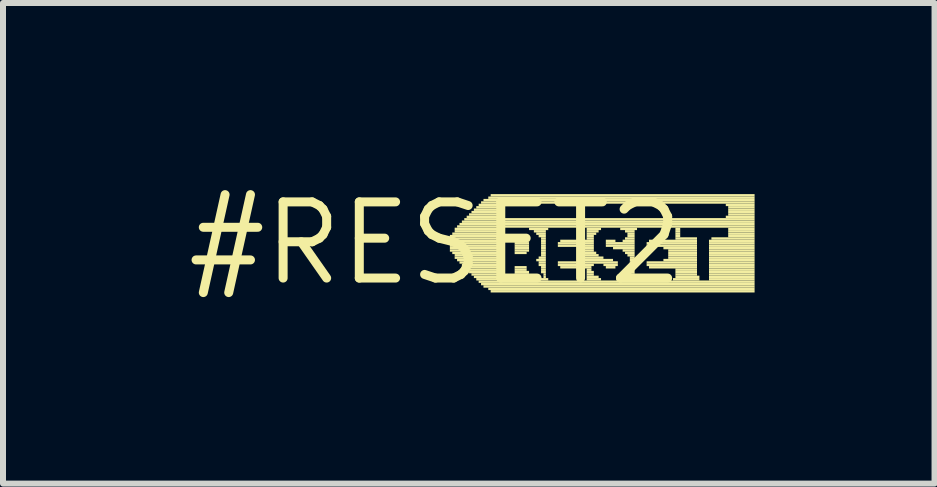
<source format=kicad_pcb>
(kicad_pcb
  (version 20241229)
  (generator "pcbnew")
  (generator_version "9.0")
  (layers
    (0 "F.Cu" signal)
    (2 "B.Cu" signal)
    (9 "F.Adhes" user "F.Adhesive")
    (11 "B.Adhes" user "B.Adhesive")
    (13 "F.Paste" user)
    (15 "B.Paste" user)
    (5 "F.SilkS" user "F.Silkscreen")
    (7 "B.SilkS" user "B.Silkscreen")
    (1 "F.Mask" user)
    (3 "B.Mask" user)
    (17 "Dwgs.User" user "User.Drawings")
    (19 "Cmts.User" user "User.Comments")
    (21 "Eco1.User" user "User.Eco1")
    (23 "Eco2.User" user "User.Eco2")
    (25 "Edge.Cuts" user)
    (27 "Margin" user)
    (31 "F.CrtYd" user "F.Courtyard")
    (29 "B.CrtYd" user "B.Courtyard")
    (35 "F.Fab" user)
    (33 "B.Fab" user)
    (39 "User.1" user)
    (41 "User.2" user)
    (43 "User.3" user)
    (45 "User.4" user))
  (footprint "#RESET2"
    (layer "F.Cu")
    (at 4.21 1.006)
    (property "Reference" "#RESET2" (at 0 0 0) (layer "F.SilkS") (effects (font (size 1.27 1.27) (thickness 0.15))))
    (fp_poly (pts (xy 0.24 -0.1) (xy 1.12 -0.1) (xy 1.12 -0.14) (xy 0.24 -0.14)) (stroke (width 0) (type solid)) (fill yes) (layer "F.SilkS"))
    (fp_poly (pts (xy 0.24 -0.06) (xy 1.12 -0.06) (xy 1.12 -0.1) (xy 0.24 -0.1)) (stroke (width 0) (type solid)) (fill yes) (layer "F.SilkS"))
    (fp_poly (pts (xy 0.24 -0.02) (xy 1.12 -0.02) (xy 1.12 -0.06) (xy 0.24 -0.06)) (stroke (width 0) (type solid)) (fill yes) (layer "F.SilkS"))
    (fp_poly (pts (xy 0.24 0.02) (xy 1.12 0.02) (xy 1.12 -0.02) (xy 0.24 -0.02)) (stroke (width 0) (type solid)) (fill yes) (layer "F.SilkS"))
    (fp_poly (pts (xy 0.24 0.06) (xy 1.12 0.06) (xy 1.12 0.02) (xy 0.24 0.02)) (stroke (width 0) (type solid)) (fill yes) (layer "F.SilkS"))
    (fp_poly (pts (xy 0.24 0.1) (xy 1.12 0.1) (xy 1.12 0.06) (xy 0.24 0.06)) (stroke (width 0) (type solid)) (fill yes) (layer "F.SilkS"))
    (fp_poly (pts (xy 0.24 0.14) (xy 1.12 0.14) (xy 1.12 0.1) (xy 0.24 0.1)) (stroke (width 0) (type solid)) (fill yes) (layer "F.SilkS"))
    (fp_poly (pts (xy 0.28 -0.14) (xy 1.12 -0.14) (xy 1.12 -0.18) (xy 0.28 -0.18)) (stroke (width 0) (type solid)) (fill yes) (layer "F.SilkS"))
    (fp_poly (pts (xy 0.28 0.18) (xy 1.12 0.18) (xy 1.12 0.14) (xy 0.28 0.14)) (stroke (width 0) (type solid)) (fill yes) (layer "F.SilkS"))
    (fp_poly (pts (xy 0.32 -0.22) (xy 1.12 -0.22) (xy 1.12 -0.26) (xy 0.32 -0.26)) (stroke (width 0) (type solid)) (fill yes) (layer "F.SilkS"))
    (fp_poly (pts (xy 0.32 -0.18) (xy 1.12 -0.18) (xy 1.12 -0.22) (xy 0.32 -0.22)) (stroke (width 0) (type solid)) (fill yes) (layer "F.SilkS"))
    (fp_poly (pts (xy 0.32 0.22) (xy 1.12 0.22) (xy 1.12 0.18) (xy 0.32 0.18)) (stroke (width 0) (type solid)) (fill yes) (layer "F.SilkS"))
    (fp_poly (pts (xy 0.32 0.26) (xy 1.12 0.26) (xy 1.12 0.22) (xy 0.32 0.22)) (stroke (width 0) (type solid)) (fill yes) (layer "F.SilkS"))
    (fp_poly (pts (xy 0.36 -0.26) (xy 5.32 -0.26) (xy 5.32 -0.3) (xy 0.36 -0.3)) (stroke (width 0) (type solid)) (fill yes) (layer "F.SilkS"))
    (fp_poly (pts (xy 0.36 0.3) (xy 1.12 0.3) (xy 1.12 0.26) (xy 0.36 0.26)) (stroke (width 0) (type solid)) (fill yes) (layer "F.SilkS"))
    (fp_poly (pts (xy 0.4 -0.3) (xy 5.32 -0.3) (xy 5.32 -0.34) (xy 0.4 -0.34)) (stroke (width 0) (type solid)) (fill yes) (layer "F.SilkS"))
    (fp_poly (pts (xy 0.4 0.34) (xy 1.12 0.34) (xy 1.12 0.3) (xy 0.4 0.3)) (stroke (width 0) (type solid)) (fill yes) (layer "F.SilkS"))
    (fp_poly (pts (xy 0.44 -0.34) (xy 5.32 -0.34) (xy 5.32 -0.38) (xy 0.44 -0.38)) (stroke (width 0) (type solid)) (fill yes) (layer "F.SilkS"))
    (fp_poly (pts (xy 0.44 0.38) (xy 1.12 0.38) (xy 1.12 0.34) (xy 0.44 0.34)) (stroke (width 0) (type solid)) (fill yes) (layer "F.SilkS"))
    (fp_poly (pts (xy 0.48 -0.38) (xy 5.32 -0.38) (xy 5.32 -0.42) (xy 0.48 -0.42)) (stroke (width 0) (type solid)) (fill yes) (layer "F.SilkS"))
    (fp_poly (pts (xy 0.48 0.42) (xy 1.12 0.42) (xy 1.12 0.38) (xy 0.48 0.38)) (stroke (width 0) (type solid)) (fill yes) (layer "F.SilkS"))
    (fp_poly (pts (xy 0.52 -0.42) (xy 1.08 -0.42) (xy 1.08 -0.46) (xy 0.52 -0.46)) (stroke (width 0) (type solid)) (fill yes) (layer "F.SilkS"))
    (fp_poly (pts (xy 0.52 0.46) (xy 1.12 0.46) (xy 1.12 0.42) (xy 0.52 0.42)) (stroke (width 0) (type solid)) (fill yes) (layer "F.SilkS"))
    (fp_poly (pts (xy 0.56 -0.46) (xy 1.04 -0.46) (xy 1.04 -0.5) (xy 0.56 -0.5)) (stroke (width 0) (type solid)) (fill yes) (layer "F.SilkS"))
    (fp_poly (pts (xy 0.56 0.5) (xy 1.12 0.5) (xy 1.12 0.46) (xy 0.56 0.46)) (stroke (width 0) (type solid)) (fill yes) (layer "F.SilkS"))
    (fp_poly (pts (xy 0.6 -0.5) (xy 1.04 -0.5) (xy 1.04 -0.54) (xy 0.6 -0.54)) (stroke (width 0) (type solid)) (fill yes) (layer "F.SilkS"))
    (fp_poly (pts (xy 0.6 0.54) (xy 1.12 0.54) (xy 1.12 0.5) (xy 0.6 0.5)) (stroke (width 0) (type solid)) (fill yes) (layer "F.SilkS"))
    (fp_poly (pts (xy 0.64 -0.54) (xy 1.04 -0.54) (xy 1.04 -0.58) (xy 0.64 -0.58)) (stroke (width 0) (type solid)) (fill yes) (layer "F.SilkS"))
    (fp_poly (pts (xy 0.64 0.58) (xy 1.12 0.58) (xy 1.12 0.54) (xy 0.64 0.54)) (stroke (width 0) (type solid)) (fill yes) (layer "F.SilkS"))
    (fp_poly (pts (xy 0.68 -0.58) (xy 1.04 -0.58) (xy 1.04 -0.62) (xy 0.68 -0.62)) (stroke (width 0) (type solid)) (fill yes) (layer "F.SilkS"))
    (fp_poly (pts (xy 0.68 0.62) (xy 1.12 0.62) (xy 1.12 0.58) (xy 0.68 0.58)) (stroke (width 0) (type solid)) (fill yes) (layer "F.SilkS"))
    (fp_poly (pts (xy 0.72 -0.62) (xy 1.08 -0.62) (xy 1.08 -0.66) (xy 0.72 -0.66)) (stroke (width 0) (type solid)) (fill yes) (layer "F.SilkS"))
    (fp_poly (pts (xy 0.72 0.66) (xy 5.32 0.66) (xy 5.32 0.62) (xy 0.72 0.62)) (stroke (width 0) (type solid)) (fill yes) (layer "F.SilkS"))
    (fp_poly (pts (xy 0.76 -0.66) (xy 5.32 -0.66) (xy 5.32 -0.7) (xy 0.76 -0.7)) (stroke (width 0) (type solid)) (fill yes) (layer "F.SilkS"))
    (fp_poly (pts (xy 0.76 0.7) (xy 5.32 0.7) (xy 5.32 0.66) (xy 0.76 0.66)) (stroke (width 0) (type solid)) (fill yes) (layer "F.SilkS"))
    (fp_poly (pts (xy 0.8 -0.7) (xy 5.32 -0.7) (xy 5.32 -0.74) (xy 0.8 -0.74)) (stroke (width 0) (type solid)) (fill yes) (layer "F.SilkS"))
    (fp_poly (pts (xy 0.8 0.74) (xy 5.32 0.74) (xy 5.32 0.7) (xy 0.8 0.7)) (stroke (width 0) (type solid)) (fill yes) (layer "F.SilkS"))
    (fp_poly (pts (xy 0.88 -0.74) (xy 5.32 -0.74) (xy 5.32 -0.78) (xy 0.88 -0.78)) (stroke (width 0) (type solid)) (fill yes) (layer "F.SilkS"))
    (fp_poly (pts (xy 0.88 0.78) (xy 5.32 0.78) (xy 5.32 0.74) (xy 0.88 0.74)) (stroke (width 0) (type solid)) (fill yes) (layer "F.SilkS"))
    (fp_poly (pts (xy 0.92 -0.78) (xy 5.32 -0.78) (xy 5.32 -0.82) (xy 0.92 -0.82)) (stroke (width 0) (type solid)) (fill yes) (layer "F.SilkS"))
    (fp_poly (pts (xy 0.92 0.82) (xy 5.32 0.82) (xy 5.32 0.78) (xy 0.92 0.78)) (stroke (width 0) (type solid)) (fill yes) (layer "F.SilkS"))
    (fp_poly (pts (xy 1.28 0.62) (xy 1.6 0.62) (xy 1.6 0.58) (xy 1.28 0.58)) (stroke (width 0) (type solid)) (fill yes) (layer "F.SilkS"))
    (fp_poly (pts (xy 1.32 -0.02) (xy 1.52 -0.02) (xy 1.52 -0.06) (xy 1.32 -0.06)) (stroke (width 0) (type solid)) (fill yes) (layer "F.SilkS"))
    (fp_poly (pts (xy 1.32 0.02) (xy 1.56 0.02) (xy 1.56 -0.02) (xy 1.32 -0.02)) (stroke (width 0) (type solid)) (fill yes) (layer "F.SilkS"))
    (fp_poly (pts (xy 1.32 0.06) (xy 1.56 0.06) (xy 1.56 0.02) (xy 1.32 0.02)) (stroke (width 0) (type solid)) (fill yes) (layer "F.SilkS"))
    (fp_poly (pts (xy 1.32 0.1) (xy 1.56 0.1) (xy 1.56 0.06) (xy 1.32 0.06)) (stroke (width 0) (type solid)) (fill yes) (layer "F.SilkS"))
    (fp_poly (pts (xy 1.32 0.14) (xy 1.56 0.14) (xy 1.56 0.1) (xy 1.32 0.1)) (stroke (width 0) (type solid)) (fill yes) (layer "F.SilkS"))
    (fp_poly (pts (xy 1.32 0.18) (xy 1.52 0.18) (xy 1.52 0.14) (xy 1.32 0.14)) (stroke (width 0) (type solid)) (fill yes) (layer "F.SilkS"))
    (fp_poly (pts (xy 1.32 0.42) (xy 1.52 0.42) (xy 1.52 0.38) (xy 1.32 0.38)) (stroke (width 0) (type solid)) (fill yes) (layer "F.SilkS"))
    (fp_poly (pts (xy 1.32 0.46) (xy 1.52 0.46) (xy 1.52 0.42) (xy 1.32 0.42)) (stroke (width 0) (type solid)) (fill yes) (layer "F.SilkS"))
    (fp_poly (pts (xy 1.32 0.5) (xy 1.56 0.5) (xy 1.56 0.46) (xy 1.32 0.46)) (stroke (width 0) (type solid)) (fill yes) (layer "F.SilkS"))
    (fp_poly (pts (xy 1.32 0.54) (xy 1.56 0.54) (xy 1.56 0.5) (xy 1.32 0.5)) (stroke (width 0) (type solid)) (fill yes) (layer "F.SilkS"))
    (fp_poly (pts (xy 1.32 0.58) (xy 1.6 0.58) (xy 1.6 0.54) (xy 1.32 0.54)) (stroke (width 0) (type solid)) (fill yes) (layer "F.SilkS"))
    (fp_poly (pts (xy 1.56 -0.22) (xy 1.88 -0.22) (xy 1.88 -0.26) (xy 1.56 -0.26)) (stroke (width 0) (type solid)) (fill yes) (layer "F.SilkS"))
    (fp_poly (pts (xy 1.64 -0.18) (xy 1.84 -0.18) (xy 1.84 -0.22) (xy 1.64 -0.22)) (stroke (width 0) (type solid)) (fill yes) (layer "F.SilkS"))
    (fp_poly (pts (xy 1.68 -0.14) (xy 1.84 -0.14) (xy 1.84 -0.18) (xy 1.68 -0.18)) (stroke (width 0) (type solid)) (fill yes) (layer "F.SilkS"))
    (fp_poly (pts (xy 1.68 0.3) (xy 1.84 0.3) (xy 1.84 0.26) (xy 1.68 0.26)) (stroke (width 0) (type solid)) (fill yes) (layer "F.SilkS"))
    (fp_poly (pts (xy 1.72 -0.1) (xy 1.84 -0.1) (xy 1.84 -0.14) (xy 1.72 -0.14)) (stroke (width 0) (type solid)) (fill yes) (layer "F.SilkS"))
    (fp_poly (pts (xy 1.72 0.26) (xy 1.84 0.26) (xy 1.84 0.22) (xy 1.72 0.22)) (stroke (width 0) (type solid)) (fill yes) (layer "F.SilkS"))
    (fp_poly (pts (xy 1.72 0.34) (xy 1.84 0.34) (xy 1.84 0.3) (xy 1.72 0.3)) (stroke (width 0) (type solid)) (fill yes) (layer "F.SilkS"))
    (fp_poly (pts (xy 1.72 0.38) (xy 1.84 0.38) (xy 1.84 0.34) (xy 1.72 0.34)) (stroke (width 0) (type solid)) (fill yes) (layer "F.SilkS"))
    (fp_poly (pts (xy 1.72 0.62) (xy 1.88 0.62) (xy 1.88 0.58) (xy 1.72 0.58)) (stroke (width 0) (type solid)) (fill yes) (layer "F.SilkS"))
    (fp_poly (pts (xy 1.76 -0.06) (xy 1.84 -0.06) (xy 1.84 -0.1) (xy 1.76 -0.1)) (stroke (width 0) (type solid)) (fill yes) (layer "F.SilkS"))
    (fp_poly (pts (xy 1.76 -0.02) (xy 1.84 -0.02) (xy 1.84 -0.06) (xy 1.76 -0.06)) (stroke (width 0) (type solid)) (fill yes) (layer "F.SilkS"))
    (fp_poly (pts (xy 1.76 0.02) (xy 1.84 0.02) (xy 1.84 -0.02) (xy 1.76 -0.02)) (stroke (width 0) (type solid)) (fill yes) (layer "F.SilkS"))
    (fp_poly (pts (xy 1.76 0.06) (xy 1.84 0.06) (xy 1.84 0.02) (xy 1.76 0.02)) (stroke (width 0) (type solid)) (fill yes) (layer "F.SilkS"))
    (fp_poly (pts (xy 1.76 0.1) (xy 1.84 0.1) (xy 1.84 0.06) (xy 1.76 0.06)) (stroke (width 0) (type solid)) (fill yes) (layer "F.SilkS"))
    (fp_poly (pts (xy 1.76 0.14) (xy 1.84 0.14) (xy 1.84 0.1) (xy 1.76 0.1)) (stroke (width 0) (type solid)) (fill yes) (layer "F.SilkS"))
    (fp_poly (pts (xy 1.76 0.18) (xy 1.84 0.18) (xy 1.84 0.14) (xy 1.76 0.14)) (stroke (width 0) (type solid)) (fill yes) (layer "F.SilkS"))
    (fp_poly (pts (xy 1.76 0.22) (xy 1.84 0.22) (xy 1.84 0.18) (xy 1.76 0.18)) (stroke (width 0) (type solid)) (fill yes) (layer "F.SilkS"))
    (fp_poly (pts (xy 1.76 0.42) (xy 1.84 0.42) (xy 1.84 0.38) (xy 1.76 0.38)) (stroke (width 0) (type solid)) (fill yes) (layer "F.SilkS"))
    (fp_poly (pts (xy 1.76 0.46) (xy 1.84 0.46) (xy 1.84 0.42) (xy 1.76 0.42)) (stroke (width 0) (type solid)) (fill yes) (layer "F.SilkS"))
    (fp_poly (pts (xy 1.76 0.5) (xy 1.84 0.5) (xy 1.84 0.46) (xy 1.76 0.46)) (stroke (width 0) (type solid)) (fill yes) (layer "F.SilkS"))
    (fp_poly (pts (xy 1.8 0.54) (xy 1.84 0.54) (xy 1.84 0.5) (xy 1.8 0.5)) (stroke (width 0) (type solid)) (fill yes) (layer "F.SilkS"))
    (fp_poly (pts (xy 1.8 0.58) (xy 1.84 0.58) (xy 1.84 0.54) (xy 1.8 0.54)) (stroke (width 0) (type solid)) (fill yes) (layer "F.SilkS"))
    (fp_poly (pts (xy 2.04 0.02) (xy 2.64 0.02) (xy 2.64 -0.02) (xy 2.04 -0.02)) (stroke (width 0) (type solid)) (fill yes) (layer "F.SilkS"))
    (fp_poly (pts (xy 2.04 0.06) (xy 2.64 0.06) (xy 2.64 0.02) (xy 2.04 0.02)) (stroke (width 0) (type solid)) (fill yes) (layer "F.SilkS"))
    (fp_poly (pts (xy 2.04 0.34) (xy 3.04 0.34) (xy 3.04 0.3) (xy 2.04 0.3)) (stroke (width 0) (type solid)) (fill yes) (layer "F.SilkS"))
    (fp_poly (pts (xy 2.04 0.38) (xy 2.64 0.38) (xy 2.64 0.34) (xy 2.04 0.34)) (stroke (width 0) (type solid)) (fill yes) (layer "F.SilkS"))
    (fp_poly (pts (xy 2.08 -0.02) (xy 2.64 -0.02) (xy 2.64 -0.06) (xy 2.08 -0.06)) (stroke (width 0) (type solid)) (fill yes) (layer "F.SilkS"))
    (fp_poly (pts (xy 2.08 0.42) (xy 2.6 0.42) (xy 2.6 0.38) (xy 2.08 0.38)) (stroke (width 0) (type solid)) (fill yes) (layer "F.SilkS"))
    (fp_poly (pts (xy 2.36 0.1) (xy 2.64 0.1) (xy 2.64 0.06) (xy 2.36 0.06)) (stroke (width 0) (type solid)) (fill yes) (layer "F.SilkS"))
    (fp_poly (pts (xy 2.36 0.3) (xy 2.96 0.3) (xy 2.96 0.26) (xy 2.36 0.26)) (stroke (width 0) (type solid)) (fill yes) (layer "F.SilkS"))
    (fp_poly (pts (xy 2.4 0.14) (xy 2.64 0.14) (xy 2.64 0.1) (xy 2.4 0.1)) (stroke (width 0) (type solid)) (fill yes) (layer "F.SilkS"))
    (fp_poly (pts (xy 2.4 0.18) (xy 2.68 0.18) (xy 2.68 0.14) (xy 2.4 0.14)) (stroke (width 0) (type solid)) (fill yes) (layer "F.SilkS"))
    (fp_poly (pts (xy 2.4 0.22) (xy 2.72 0.22) (xy 2.72 0.18) (xy 2.4 0.18)) (stroke (width 0) (type solid)) (fill yes) (layer "F.SilkS"))
    (fp_poly (pts (xy 2.4 0.26) (xy 2.8 0.26) (xy 2.8 0.22) (xy 2.4 0.22)) (stroke (width 0) (type solid)) (fill yes) (layer "F.SilkS"))
    (fp_poly (pts (xy 2.52 -0.22) (xy 2.76 -0.22) (xy 2.76 -0.26) (xy 2.52 -0.26)) (stroke (width 0) (type solid)) (fill yes) (layer "F.SilkS"))
    (fp_poly (pts (xy 2.52 -0.18) (xy 2.72 -0.18) (xy 2.72 -0.22) (xy 2.52 -0.22)) (stroke (width 0) (type solid)) (fill yes) (layer "F.SilkS"))
    (fp_poly (pts (xy 2.52 -0.14) (xy 2.68 -0.14) (xy 2.68 -0.18) (xy 2.52 -0.18)) (stroke (width 0) (type solid)) (fill yes) (layer "F.SilkS"))
    (fp_poly (pts (xy 2.52 -0.1) (xy 2.64 -0.1) (xy 2.64 -0.14) (xy 2.52 -0.14)) (stroke (width 0) (type solid)) (fill yes) (layer "F.SilkS"))
    (fp_poly (pts (xy 2.52 -0.06) (xy 2.64 -0.06) (xy 2.64 -0.1) (xy 2.52 -0.1)) (stroke (width 0) (type solid)) (fill yes) (layer "F.SilkS"))
    (fp_poly (pts (xy 2.52 0.46) (xy 2.6 0.46) (xy 2.6 0.42) (xy 2.52 0.42)) (stroke (width 0) (type solid)) (fill yes) (layer "F.SilkS"))
    (fp_poly (pts (xy 2.52 0.5) (xy 2.64 0.5) (xy 2.64 0.46) (xy 2.52 0.46)) (stroke (width 0) (type solid)) (fill yes) (layer "F.SilkS"))
    (fp_poly (pts (xy 2.52 0.54) (xy 2.64 0.54) (xy 2.64 0.5) (xy 2.52 0.5)) (stroke (width 0) (type solid)) (fill yes) (layer "F.SilkS"))
    (fp_poly (pts (xy 2.52 0.58) (xy 2.72 0.58) (xy 2.72 0.54) (xy 2.52 0.54)) (stroke (width 0) (type solid)) (fill yes) (layer "F.SilkS"))
    (fp_poly (pts (xy 2.52 0.62) (xy 2.76 0.62) (xy 2.76 0.58) (xy 2.52 0.58)) (stroke (width 0) (type solid)) (fill yes) (layer "F.SilkS"))
    (fp_poly (pts (xy 2.8 0.38) (xy 3.04 0.38) (xy 3.04 0.34) (xy 2.8 0.34)) (stroke (width 0) (type solid)) (fill yes) (layer "F.SilkS"))
    (fp_poly (pts (xy 2.84 -0.02) (xy 3 -0.02) (xy 3 -0.06) (xy 2.84 -0.06)) (stroke (width 0) (type solid)) (fill yes) (layer "F.SilkS"))
    (fp_poly (pts (xy 2.84 0.02) (xy 3.32 0.02) (xy 3.32 -0.02) (xy 2.84 -0.02)) (stroke (width 0) (type solid)) (fill yes) (layer "F.SilkS"))
    (fp_poly (pts (xy 2.84 0.06) (xy 3.32 0.06) (xy 3.32 0.02) (xy 2.84 0.02)) (stroke (width 0) (type solid)) (fill yes) (layer "F.SilkS"))
    (fp_poly (pts (xy 2.84 0.42) (xy 3 0.42) (xy 3 0.38) (xy 2.84 0.38)) (stroke (width 0) (type solid)) (fill yes) (layer "F.SilkS"))
    (fp_poly (pts (xy 2.96 0.1) (xy 3.32 0.1) (xy 3.32 0.06) (xy 2.96 0.06)) (stroke (width 0) (type solid)) (fill yes) (layer "F.SilkS"))
    (fp_poly (pts (xy 3.08 -0.22) (xy 3.36 -0.22) (xy 3.36 -0.26) (xy 3.08 -0.26)) (stroke (width 0) (type solid)) (fill yes) (layer "F.SilkS"))
    (fp_poly (pts (xy 3.08 0.62) (xy 3.36 0.62) (xy 3.36 0.58) (xy 3.08 0.58)) (stroke (width 0) (type solid)) (fill yes) (layer "F.SilkS"))
    (fp_poly (pts (xy 3.12 -0.02) (xy 3.32 -0.02) (xy 3.32 -0.06) (xy 3.12 -0.06)) (stroke (width 0) (type solid)) (fill yes) (layer "F.SilkS"))
    (fp_poly (pts (xy 3.12 0.14) (xy 3.32 0.14) (xy 3.32 0.1) (xy 3.12 0.1)) (stroke (width 0) (type solid)) (fill yes) (layer "F.SilkS"))
    (fp_poly (pts (xy 3.12 0.58) (xy 3.32 0.58) (xy 3.32 0.54) (xy 3.12 0.54)) (stroke (width 0) (type solid)) (fill yes) (layer "F.SilkS"))
    (fp_poly (pts (xy 3.16 -0.18) (xy 3.32 -0.18) (xy 3.32 -0.22) (xy 3.16 -0.22)) (stroke (width 0) (type solid)) (fill yes) (layer "F.SilkS"))
    (fp_poly (pts (xy 3.16 -0.06) (xy 3.32 -0.06) (xy 3.32 -0.1) (xy 3.16 -0.1)) (stroke (width 0) (type solid)) (fill yes) (layer "F.SilkS"))
    (fp_poly (pts (xy 3.16 0.18) (xy 3.32 0.18) (xy 3.32 0.14) (xy 3.16 0.14)) (stroke (width 0) (type solid)) (fill yes) (layer "F.SilkS"))
    (fp_poly (pts (xy 3.2 -0.14) (xy 3.32 -0.14) (xy 3.32 -0.18) (xy 3.2 -0.18)) (stroke (width 0) (type solid)) (fill yes) (layer "F.SilkS"))
    (fp_poly (pts (xy 3.2 -0.1) (xy 3.32 -0.1) (xy 3.32 -0.14) (xy 3.2 -0.14)) (stroke (width 0) (type solid)) (fill yes) (layer "F.SilkS"))
    (fp_poly (pts (xy 3.2 0.22) (xy 3.32 0.22) (xy 3.32 0.18) (xy 3.2 0.18)) (stroke (width 0) (type solid)) (fill yes) (layer "F.SilkS"))
    (fp_poly (pts (xy 3.2 0.5) (xy 3.32 0.5) (xy 3.32 0.46) (xy 3.2 0.46)) (stroke (width 0) (type solid)) (fill yes) (layer "F.SilkS"))
    (fp_poly (pts (xy 3.2 0.54) (xy 3.32 0.54) (xy 3.32 0.5) (xy 3.2 0.5)) (stroke (width 0) (type solid)) (fill yes) (layer "F.SilkS"))
    (fp_poly (pts (xy 3.24 0.26) (xy 3.32 0.26) (xy 3.32 0.22) (xy 3.24 0.22)) (stroke (width 0) (type solid)) (fill yes) (layer "F.SilkS"))
    (fp_poly (pts (xy 3.24 0.3) (xy 3.32 0.3) (xy 3.32 0.26) (xy 3.24 0.26)) (stroke (width 0) (type solid)) (fill yes) (layer "F.SilkS"))
    (fp_poly (pts (xy 3.24 0.34) (xy 3.32 0.34) (xy 3.32 0.3) (xy 3.24 0.3)) (stroke (width 0) (type solid)) (fill yes) (layer "F.SilkS"))
    (fp_poly (pts (xy 3.24 0.38) (xy 3.32 0.38) (xy 3.32 0.34) (xy 3.24 0.34)) (stroke (width 0) (type solid)) (fill yes) (layer "F.SilkS"))
    (fp_poly (pts (xy 3.24 0.42) (xy 3.32 0.42) (xy 3.32 0.38) (xy 3.24 0.38)) (stroke (width 0) (type solid)) (fill yes) (layer "F.SilkS"))
    (fp_poly (pts (xy 3.24 0.46) (xy 3.32 0.46) (xy 3.32 0.42) (xy 3.24 0.42)) (stroke (width 0) (type solid)) (fill yes) (layer "F.SilkS"))
    (fp_poly (pts (xy 3.52 0.02) (xy 4.36 0.02) (xy 4.36 -0.02) (xy 3.52 -0.02)) (stroke (width 0) (type solid)) (fill yes) (layer "F.SilkS"))
    (fp_poly (pts (xy 3.52 0.06) (xy 4.36 0.06) (xy 4.36 0.02) (xy 3.52 0.02)) (stroke (width 0) (type solid)) (fill yes) (layer "F.SilkS"))
    (fp_poly (pts (xy 3.52 0.34) (xy 4.36 0.34) (xy 4.36 0.3) (xy 3.52 0.3)) (stroke (width 0) (type solid)) (fill yes) (layer "F.SilkS"))
    (fp_poly (pts (xy 3.52 0.38) (xy 4.36 0.38) (xy 4.36 0.34) (xy 3.52 0.34)) (stroke (width 0) (type solid)) (fill yes) (layer "F.SilkS"))
    (fp_poly (pts (xy 3.56 -0.02) (xy 4.36 -0.02) (xy 4.36 -0.06) (xy 3.56 -0.06)) (stroke (width 0) (type solid)) (fill yes) (layer "F.SilkS"))
    (fp_poly (pts (xy 3.56 0.42) (xy 4.36 0.42) (xy 4.36 0.38) (xy 3.56 0.38)) (stroke (width 0) (type solid)) (fill yes) (layer "F.SilkS"))
    (fp_poly (pts (xy 3.8 0.1) (xy 4.36 0.1) (xy 4.36 0.06) (xy 3.8 0.06)) (stroke (width 0) (type solid)) (fill yes) (layer "F.SilkS"))
    (fp_poly (pts (xy 3.8 0.3) (xy 4.36 0.3) (xy 4.36 0.26) (xy 3.8 0.26)) (stroke (width 0) (type solid)) (fill yes) (layer "F.SilkS"))
    (fp_poly (pts (xy 3.88 0.14) (xy 4.36 0.14) (xy 4.36 0.1) (xy 3.88 0.1)) (stroke (width 0) (type solid)) (fill yes) (layer "F.SilkS"))
    (fp_poly (pts (xy 3.88 0.18) (xy 4.36 0.18) (xy 4.36 0.14) (xy 3.88 0.14)) (stroke (width 0) (type solid)) (fill yes) (layer "F.SilkS"))
    (fp_poly (pts (xy 3.88 0.22) (xy 4.36 0.22) (xy 4.36 0.18) (xy 3.88 0.18)) (stroke (width 0) (type solid)) (fill yes) (layer "F.SilkS"))
    (fp_poly (pts (xy 3.88 0.26) (xy 4.36 0.26) (xy 4.36 0.22) (xy 3.88 0.22)) (stroke (width 0) (type solid)) (fill yes) (layer "F.SilkS"))
    (fp_poly (pts (xy 3.96 0.62) (xy 4.4 0.62) (xy 4.4 0.58) (xy 3.96 0.58)) (stroke (width 0) (type solid)) (fill yes) (layer "F.SilkS"))
    (fp_poly (pts (xy 4 -0.22) (xy 4.08 -0.22) (xy 4.08 -0.26) (xy 4 -0.26)) (stroke (width 0) (type solid)) (fill yes) (layer "F.SilkS"))
    (fp_poly (pts (xy 4 -0.18) (xy 4.08 -0.18) (xy 4.08 -0.22) (xy 4 -0.22)) (stroke (width 0) (type solid)) (fill yes) (layer "F.SilkS"))
    (fp_poly (pts (xy 4 -0.14) (xy 4.08 -0.14) (xy 4.08 -0.18) (xy 4 -0.18)) (stroke (width 0) (type solid)) (fill yes) (layer "F.SilkS"))
    (fp_poly (pts (xy 4 -0.1) (xy 4.08 -0.1) (xy 4.08 -0.14) (xy 4 -0.14)) (stroke (width 0) (type solid)) (fill yes) (layer "F.SilkS"))
    (fp_poly (pts (xy 4 -0.06) (xy 4.36 -0.06) (xy 4.36 -0.1) (xy 4 -0.1)) (stroke (width 0) (type solid)) (fill yes) (layer "F.SilkS"))
    (fp_poly (pts (xy 4 0.46) (xy 4.36 0.46) (xy 4.36 0.42) (xy 4 0.42)) (stroke (width 0) (type solid)) (fill yes) (layer "F.SilkS"))
    (fp_poly (pts (xy 4 0.5) (xy 4.36 0.5) (xy 4.36 0.46) (xy 4 0.46)) (stroke (width 0) (type solid)) (fill yes) (layer "F.SilkS"))
    (fp_poly (pts (xy 4 0.54) (xy 4.36 0.54) (xy 4.36 0.5) (xy 4 0.5)) (stroke (width 0) (type solid)) (fill yes) (layer "F.SilkS"))
    (fp_poly (pts (xy 4 0.58) (xy 4.4 0.58) (xy 4.4 0.54) (xy 4 0.54)) (stroke (width 0) (type solid)) (fill yes) (layer "F.SilkS"))
    (fp_poly (pts (xy 4.56 -0.02) (xy 5.32 -0.02) (xy 5.32 -0.06) (xy 4.56 -0.06)) (stroke (width 0) (type solid)) (fill yes) (layer "F.SilkS"))
    (fp_poly (pts (xy 4.56 0.02) (xy 5.32 0.02) (xy 5.32 -0.02) (xy 4.56 -0.02)) (stroke (width 0) (type solid)) (fill yes) (layer "F.SilkS"))
    (fp_poly (pts (xy 4.56 0.06) (xy 5.32 0.06) (xy 5.32 0.02) (xy 4.56 0.02)) (stroke (width 0) (type solid)) (fill yes) (layer "F.SilkS"))
    (fp_poly (pts (xy 4.56 0.1) (xy 5.32 0.1) (xy 5.32 0.06) (xy 4.56 0.06)) (stroke (width 0) (type solid)) (fill yes) (layer "F.SilkS"))
    (fp_poly (pts (xy 4.56 0.14) (xy 5.32 0.14) (xy 5.32 0.1) (xy 4.56 0.1)) (stroke (width 0) (type solid)) (fill yes) (layer "F.SilkS"))
    (fp_poly (pts (xy 4.56 0.18) (xy 5.32 0.18) (xy 5.32 0.14) (xy 4.56 0.14)) (stroke (width 0) (type solid)) (fill yes) (layer "F.SilkS"))
    (fp_poly (pts (xy 4.56 0.22) (xy 5.32 0.22) (xy 5.32 0.18) (xy 4.56 0.18)) (stroke (width 0) (type solid)) (fill yes) (layer "F.SilkS"))
    (fp_poly (pts (xy 4.56 0.26) (xy 5.32 0.26) (xy 5.32 0.22) (xy 4.56 0.22)) (stroke (width 0) (type solid)) (fill yes) (layer "F.SilkS"))
    (fp_poly (pts (xy 4.56 0.3) (xy 5.32 0.3) (xy 5.32 0.26) (xy 4.56 0.26)) (stroke (width 0) (type solid)) (fill yes) (layer "F.SilkS"))
    (fp_poly (pts (xy 4.56 0.34) (xy 5.32 0.34) (xy 5.32 0.3) (xy 4.56 0.3)) (stroke (width 0) (type solid)) (fill yes) (layer "F.SilkS"))
    (fp_poly (pts (xy 4.56 0.38) (xy 5.32 0.38) (xy 5.32 0.34) (xy 4.56 0.34)) (stroke (width 0) (type solid)) (fill yes) (layer "F.SilkS"))
    (fp_poly (pts (xy 4.56 0.42) (xy 5.32 0.42) (xy 5.32 0.38) (xy 4.56 0.38)) (stroke (width 0) (type solid)) (fill yes) (layer "F.SilkS"))
    (fp_poly (pts (xy 4.56 0.46) (xy 5.32 0.46) (xy 5.32 0.42) (xy 4.56 0.42)) (stroke (width 0) (type solid)) (fill yes) (layer "F.SilkS"))
    (fp_poly (pts (xy 4.56 0.5) (xy 5.32 0.5) (xy 5.32 0.46) (xy 4.56 0.46)) (stroke (width 0) (type solid)) (fill yes) (layer "F.SilkS"))
    (fp_poly (pts (xy 4.56 0.54) (xy 5.32 0.54) (xy 5.32 0.5) (xy 4.56 0.5)) (stroke (width 0) (type solid)) (fill yes) (layer "F.SilkS"))
    (fp_poly (pts (xy 4.56 0.58) (xy 5.32 0.58) (xy 5.32 0.54) (xy 4.56 0.54)) (stroke (width 0) (type solid)) (fill yes) (layer "F.SilkS"))
    (fp_poly (pts (xy 4.56 0.62) (xy 5.32 0.62) (xy 5.32 0.58) (xy 4.56 0.58)) (stroke (width 0) (type solid)) (fill yes) (layer "F.SilkS"))
    (fp_poly (pts (xy 4.6 -0.06) (xy 5.32 -0.06) (xy 5.32 -0.1) (xy 4.6 -0.1)) (stroke (width 0) (type solid)) (fill yes) (layer "F.SilkS"))
    (fp_poly (pts (xy 4.84 -0.62) (xy 5.32 -0.62) (xy 5.32 -0.66) (xy 4.84 -0.66)) (stroke (width 0) (type solid)) (fill yes) (layer "F.SilkS"))
    (fp_poly (pts (xy 4.84 -0.42) (xy 5.32 -0.42) (xy 5.32 -0.46) (xy 4.84 -0.46)) (stroke (width 0) (type solid)) (fill yes) (layer "F.SilkS"))
    (fp_poly (pts (xy 4.88 -0.58) (xy 5.32 -0.58) (xy 5.32 -0.62) (xy 4.88 -0.62)) (stroke (width 0) (type solid)) (fill yes) (layer "F.SilkS"))
    (fp_poly (pts (xy 4.88 -0.54) (xy 5.32 -0.54) (xy 5.32 -0.58) (xy 4.88 -0.58)) (stroke (width 0) (type solid)) (fill yes) (layer "F.SilkS"))
    (fp_poly (pts (xy 4.88 -0.5) (xy 5.32 -0.5) (xy 5.32 -0.54) (xy 4.88 -0.54)) (stroke (width 0) (type solid)) (fill yes) (layer "F.SilkS"))
    (fp_poly (pts (xy 4.88 -0.46) (xy 5.32 -0.46) (xy 5.32 -0.5) (xy 4.88 -0.5)) (stroke (width 0) (type solid)) (fill yes) (layer "F.SilkS"))
    (fp_poly (pts (xy 4.88 -0.22) (xy 5.32 -0.22) (xy 5.32 -0.26) (xy 4.88 -0.26)) (stroke (width 0) (type solid)) (fill yes) (layer "F.SilkS"))
    (fp_poly (pts (xy 4.88 -0.18) (xy 5.32 -0.18) (xy 5.32 -0.22) (xy 4.88 -0.22)) (stroke (width 0) (type solid)) (fill yes) (layer "F.SilkS"))
    (fp_poly (pts (xy 4.88 -0.14) (xy 5.32 -0.14) (xy 5.32 -0.18) (xy 4.88 -0.18)) (stroke (width 0) (type solid)) (fill yes) (layer "F.SilkS"))
    (fp_poly (pts (xy 4.88 -0.1) (xy 5.32 -0.1) (xy 5.32 -0.14) (xy 4.88 -0.14)) (stroke (width 0) (type solid)) (fill yes) (layer "F.SilkS")))
  (gr_rect
    (start -3 -3)
    (end 12.53 5.012)
    (stroke (width 0.1) (type default))
    (fill no)
    (layer "Edge.Cuts")))
</source>
